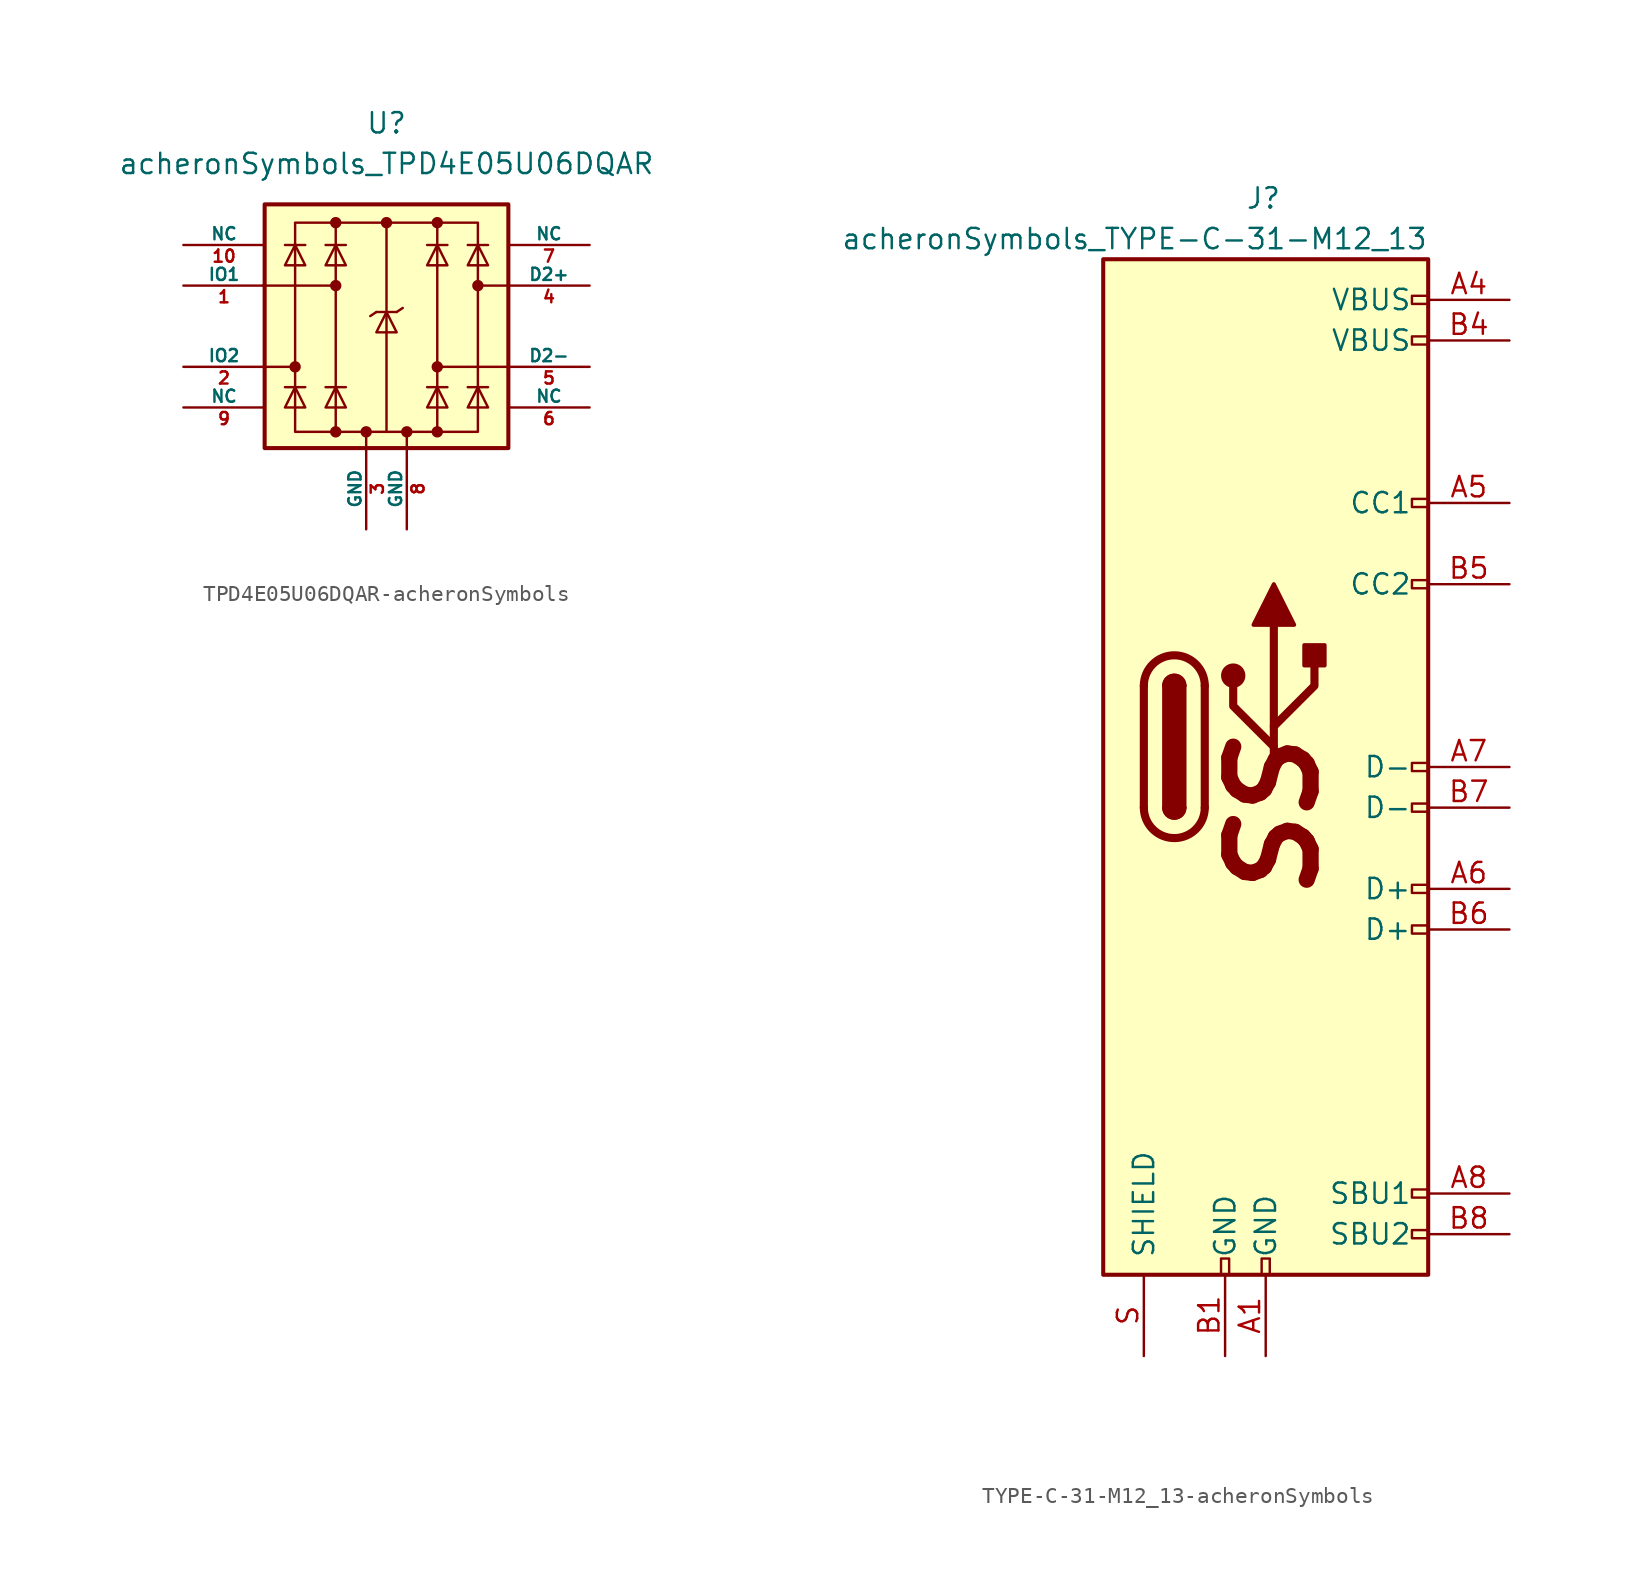
<source format=kicad_sym>
(kicad_symbol_lib
  (version 20240529)
  (generator "kicad_symbol_editor")
  (generator_version "8.99")
  (symbol "TPD4E05U06DQAR-acheronSymbols"
    (pin_names
      (offset 0))
    (property "Reference" "U"
      (at 0 12.7 0)
      (effects (font (size 1.27 1.27))))
    (property "Value" "acheronSymbols_TPD4E05U06DQAR"
      (at 0 10.16 0)
      (effects (font (size 1.27 1.27))))
    (symbol "TPD4E05U06DQAR-acheronSymbols_0_0"
      (rectangle (start -5.715 6.477) (end 5.715 -6.604) (stroke (width 0) (type solid)) (fill (type none)))
      (polyline (pts (xy -3.175 -6.604) (xy -3.175 6.477)) (stroke (width 0) (type solid)) (fill (type none)))
      (polyline (pts (xy 0 6.477) (xy 0 -6.604)) (stroke (width 0) (type solid)) (fill (type none)))
      (polyline (pts (xy 3.175 6.477) (xy 3.175 -6.604)) (stroke (width 0) (type solid)) (fill (type none))))
    (symbol "TPD4E05U06DQAR-acheronSymbols_0_1"
      (polyline (pts (xy -7.747 2.54) (xy -3.175 2.54)) (stroke (width 0) (type solid)) (fill (type none)))
      (rectangle (start -7.62 7.62) (end 7.62 -7.62) (stroke (width 0.254) (type solid)) (fill (type background)))
      (polyline (pts (xy -7.62 -2.54) (xy -5.715 -2.54)) (stroke (width 0) (type solid)) (fill (type none)))
      (circle (center -5.715 -2.54) (radius 0.279) (stroke (width 0) (type solid)) (fill (type outline)))
      (polyline (pts (xy -5.08 5.08) (xy -6.35 5.08)) (stroke (width 0) (type solid)) (fill (type none)))
      (polyline (pts (xy -5.08 3.81) (xy -6.35 3.81) (xy -5.715 5.08) (xy -5.08 3.81)) (stroke (width 0) (type solid)) (fill (type none)))
      (polyline (pts (xy -5.08 -3.81) (xy -6.35 -3.81)) (stroke (width 0) (type solid)) (fill (type none)))
      (polyline (pts (xy -5.08 -5.08) (xy -6.35 -5.08) (xy -5.715 -3.81) (xy -5.08 -5.08)) (stroke (width 0) (type solid)) (fill (type none)))
      (circle (center -3.175 6.477) (radius 0.279) (stroke (width 0) (type solid)) (fill (type outline)))
      (circle (center -3.175 2.54) (radius 0.279) (stroke (width 0) (type solid)) (fill (type outline)))
      (circle (center -3.175 -6.604) (radius 0.279) (stroke (width 0) (type solid)) (fill (type outline)))
      (polyline (pts (xy -2.54 5.08) (xy -3.81 5.08)) (stroke (width 0) (type solid)) (fill (type none)))
      (polyline (pts (xy -2.54 3.81) (xy -3.81 3.81) (xy -3.175 5.08) (xy -2.54 3.81)) (stroke (width 0) (type solid)) (fill (type none)))
      (polyline (pts (xy -2.54 -3.81) (xy -3.81 -3.81)) (stroke (width 0) (type solid)) (fill (type none)))
      (polyline (pts (xy -2.54 -5.08) (xy -3.81 -5.08) (xy -3.175 -3.81) (xy -2.54 -5.08)) (stroke (width 0) (type solid)) (fill (type none)))
      (circle (center -1.27 -6.604) (radius 0.279) (stroke (width 0) (type solid)) (fill (type outline)))
      (polyline (pts (xy -1.27 -6.604) (xy -1.27 -7.62)) (stroke (width 0) (type solid)) (fill (type none)))
      (polyline (pts (xy -0.635 0.889) (xy -1.016 0.635)) (stroke (width 0) (type solid)) (fill (type none)))
      (circle (center 0 6.477) (radius 0.279) (stroke (width 0) (type solid)) (fill (type outline)))
      (polyline (pts (xy 0.635 0.889) (xy -0.635 0.889)) (stroke (width 0) (type solid)) (fill (type none)))
      (polyline (pts (xy 0.635 0.889) (xy 1.016 1.143)) (stroke (width 0) (type solid)) (fill (type none)))
      (polyline (pts (xy 0.635 -0.381) (xy -0.635 -0.381) (xy 0 0.889) (xy 0.635 -0.381)) (stroke (width 0) (type solid)) (fill (type none)))
      (circle (center 3.175 6.477) (radius 0.279) (stroke (width 0) (type solid)) (fill (type outline)))
      (circle (center 3.175 -2.54) (radius 0.279) (stroke (width 0) (type solid)) (fill (type outline)))
      (circle (center 3.175 -6.604) (radius 0.279) (stroke (width 0) (type solid)) (fill (type outline)))
      (polyline (pts (xy 3.81 5.08) (xy 2.54 5.08)) (stroke (width 0) (type solid)) (fill (type none)))
      (polyline (pts (xy 3.81 3.81) (xy 2.54 3.81) (xy 3.175 5.08) (xy 3.81 3.81)) (stroke (width 0) (type solid)) (fill (type none)))
      (polyline (pts (xy 3.81 -3.81) (xy 2.54 -3.81)) (stroke (width 0) (type solid)) (fill (type none)))
      (polyline (pts (xy 3.81 -5.08) (xy 2.54 -5.08) (xy 3.175 -3.81) (xy 3.81 -5.08)) (stroke (width 0) (type solid)) (fill (type none)))
      (circle (center 5.715 2.54) (radius 0.279) (stroke (width 0) (type solid)) (fill (type outline)))
      (polyline (pts (xy 6.35 5.08) (xy 5.08 5.08)) (stroke (width 0) (type solid)) (fill (type none)))
      (polyline (pts (xy 6.35 3.81) (xy 5.08 3.81) (xy 5.715 5.08) (xy 6.35 3.81)) (stroke (width 0) (type solid)) (fill (type none)))
      (polyline (pts (xy 6.35 -3.81) (xy 5.08 -3.81)) (stroke (width 0) (type solid)) (fill (type none)))
      (polyline (pts (xy 6.35 -5.08) (xy 5.08 -5.08) (xy 5.715 -3.81) (xy 6.35 -5.08)) (stroke (width 0) (type solid)) (fill (type none)))
      (polyline (pts (xy 7.62 2.54) (xy 5.715 2.54)) (stroke (width 0) (type solid)) (fill (type none)))
      (polyline (pts (xy 7.62 -2.54) (xy 3.175 -2.54)) (stroke (width 0) (type solid)) (fill (type none))))
    (symbol "TPD4E05U06DQAR-acheronSymbols_1_1"
      (polyline (pts (xy 1.27 -6.604) (xy 1.27 -7.62)) (stroke (width 0) (type solid)) (fill (type none)))
      (circle (center 1.27 -6.604) (radius 0.279) (stroke (width 0) (type solid)) (fill (type outline)))
      (pin bidirectional line (at -12.7 5.08 0) (length 5.08) (name "NC" (effects (font (size 0.762 0.762)))) (number "10" (effects (font (size 0.762 0.762)))))
      (pin bidirectional line (at -12.7 2.54 0) (length 5.08) (name "IO1" (effects (font (size 0.762 0.762)))) (number "1" (effects (font (size 0.762 0.762)))))
      (pin bidirectional line (at -12.7 -2.54 0) (length 5.08) (name "IO2" (effects (font (size 0.762 0.762)))) (number "2" (effects (font (size 0.762 0.762)))))
      (pin bidirectional line (at -12.7 -5.08 0) (length 5.08) (name "NC" (effects (font (size 0.762 0.762)))) (number "9" (effects (font (size 0.762 0.762)))))
      (pin power_in line (at -1.27 -12.7 90) (length 5.08) (name "GND" (effects (font (size 0.762 0.762)))) (number "3" (effects (font (size 0.762 0.762)))))
      (pin power_in line (at 1.27 -12.7 90) (length 5.08) (name "GND" (effects (font (size 0.762 0.762)))) (number "8" (effects (font (size 0.762 0.762)))))
      (pin bidirectional line (at 12.7 5.08 180) (length 5.08) (name "NC" (effects (font (size 0.762 0.762)))) (number "7" (effects (font (size 0.762 0.762)))))
      (pin bidirectional line (at 12.7 2.54 180) (length 5.08) (name "D2+" (effects (font (size 0.762 0.762)))) (number "4" (effects (font (size 0.762 0.762)))))
      (pin bidirectional line (at 12.7 -2.54 180) (length 5.08) (name "D2-" (effects (font (size 0.762 0.762)))) (number "5" (effects (font (size 0.762 0.762)))))
      (pin bidirectional line (at 12.7 -5.08 180) (length 5.08) (name "NC" (effects (font (size 0.762 0.762)))) (number "6" (effects (font (size 0.762 0.762)))))))
  (symbol "TYPE-C-31-M12_13-acheronSymbols"
    (pin_names
      (offset 1.016))
    (property "Reference" "J"
      (at -1.27 35.56 0)
      (effects (font (size 1.27 1.27)) (justify left)))
    (property "Value" "acheronSymbols_TYPE-C-31-M12_13"
      (at 10.16 33.02 0)
      (effects (font (size 1.27 1.27)) (justify right)))
    (symbol "TYPE-C-31-M12_13-acheronSymbols_0_0"
      (rectangle (start -0.254 -31.75) (end 0.254 -30.734) (stroke (width 0) (type solid)) (fill (type none)))
      (rectangle (start 10.16 29.464) (end 9.144 28.956) (stroke (width 0) (type solid)) (fill (type none)))
      (rectangle (start 10.16 16.764) (end 9.144 16.256) (stroke (width 0) (type solid)) (fill (type none)))
      (rectangle (start 10.16 11.684) (end 9.144 11.176) (stroke (width 0) (type solid)) (fill (type none)))
      (rectangle (start 10.16 0.254) (end 9.144 -0.254) (stroke (width 0) (type solid)) (fill (type none)))
      (rectangle (start 10.16 -2.286) (end 9.144 -2.794) (stroke (width 0) (type solid)) (fill (type none)))
      (rectangle (start 10.16 -7.366) (end 9.144 -7.874) (stroke (width 0) (type solid)) (fill (type none)))
      (rectangle (start 10.16 -9.906) (end 9.144 -10.414) (stroke (width 0) (type solid)) (fill (type none)))
      (rectangle (start 10.16 -26.416) (end 9.144 -26.924) (stroke (width 0) (type solid)) (fill (type none)))
      (rectangle (start 10.16 -28.956) (end 9.144 -29.464) (stroke (width 0) (type solid)) (fill (type none)))
      (text "SS" (at 0.508 -3.175 900) (effects (font (size 5.08 5.08) (bold yes) (italic yes)))))
    (symbol "TYPE-C-31-M12_13-acheronSymbols_0_1"
      (rectangle (start -10.16 31.75) (end 10.16 -31.75) (stroke (width 0.254) (type solid)) (fill (type background)))
      (polyline (pts (xy -7.62 -2.54) (xy -7.62 5.08)) (stroke (width 0.508) (type solid)) (fill (type none)))
      (rectangle (start -6.35 -2.54) (end -5.08 5.08) (stroke (width 0.254) (type solid)) (fill (type outline)))
      (arc (start -6.35 5.08) (mid -5.715 5.715) (end -5.08 5.08) (stroke (width 0.254) (type solid)) (fill (type none)))
      (arc (start -7.62 5.08) (mid -5.715 6.985) (end -3.81 5.08) (stroke (width 0.508) (type solid)) (fill (type none)))
      (arc (start -6.35 5.08) (mid -5.715 5.715) (end -5.08 5.08) (stroke (width 0.254) (type solid)) (fill (type outline)))
      (arc (start -5.08 -2.54) (mid -5.715 -3.175) (end -6.35 -2.54) (stroke (width 0.254) (type solid)) (fill (type none)))
      (arc (start -3.81 -2.54) (mid -5.715 -4.445) (end -7.62 -2.54) (stroke (width 0.508) (type solid)) (fill (type none)))
      (arc (start -5.08 -2.54) (mid -5.715 -3.175) (end -6.35 -2.54) (stroke (width 0.254) (type solid)) (fill (type outline)))
      (polyline (pts (xy -3.81 5.08) (xy -3.81 -2.54)) (stroke (width 0.508) (type solid)) (fill (type none)))
      (circle (center -2.032 5.715) (radius 0.635) (stroke (width 0.254) (type solid)) (fill (type outline)))
      (polyline (pts (xy -0.762 8.89) (xy 0.508 11.43) (xy 1.778 8.89) (xy -0.762 8.89)) (stroke (width 0.254) (type solid)) (fill (type outline)))
      (polyline (pts (xy 0.508 2.54) (xy 3.048 5.08) (xy 3.048 6.35)) (stroke (width 0.508) (type solid)) (fill (type none)))
      (polyline (pts (xy 0.508 1.27) (xy -2.032 3.81) (xy -2.032 5.08)) (stroke (width 0.508) (type solid)) (fill (type none)))
      (polyline (pts (xy 0.508 0) (xy 0.508 8.89)) (stroke (width 0.508) (type solid)) (fill (type none)))
      (rectangle (start 2.413 6.35) (end 3.683 7.62) (stroke (width 0.254) (type solid)) (fill (type outline))))
    (symbol "TYPE-C-31-M12_13-acheronSymbols_1_1"
      (rectangle (start -2.794 -31.75) (end -2.286 -30.734) (stroke (width 0) (type solid)) (fill (type none)))
      (rectangle (start 10.16 26.924) (end 9.144 26.416) (stroke (width 0) (type solid)) (fill (type none)))
      (pin passive line (at -7.62 -36.83 90) (length 5.08) (name "SHIELD" (effects (font (size 1.27 1.27)))) (number "S" (effects (font (size 1.27 1.27)))))
      (pin power_out line (at -2.54 -36.83 90) (length 5.08) (name "GND" (effects (font (size 1.27 1.27)))) (number "B1" (effects (font (size 1.27 1.27)))))
      (pin power_out line (at 0 -36.83 90) (length 5.08) (name "GND" (effects (font (size 1.27 1.27)))) (number "A1" (effects (font (size 1.27 1.27)))))
      (pin power_out line (at 15.24 29.21 180) (length 5.08) (name "VBUS" (effects (font (size 1.27 1.27)))) (number "A4" (effects (font (size 1.27 1.27)))))
      (pin power_out line (at 15.24 26.67 180) (length 5.08) (name "VBUS" (effects (font (size 1.27 1.27)))) (number "B4" (effects (font (size 1.27 1.27)))))
      (pin bidirectional line (at 15.24 16.51 180) (length 5.08) (name "CC1" (effects (font (size 1.27 1.27)))) (number "A5" (effects (font (size 1.27 1.27)))))
      (pin bidirectional line (at 15.24 11.43 180) (length 5.08) (name "CC2" (effects (font (size 1.27 1.27)))) (number "B5" (effects (font (size 1.27 1.27)))))
      (pin bidirectional line (at 15.24 0 180) (length 5.08) (name "D-" (effects (font (size 1.27 1.27)))) (number "A7" (effects (font (size 1.27 1.27)))))
      (pin bidirectional line (at 15.24 -2.54 180) (length 5.08) (name "D-" (effects (font (size 1.27 1.27)))) (number "B7" (effects (font (size 1.27 1.27)))))
      (pin bidirectional line (at 15.24 -7.62 180) (length 5.08) (name "D+" (effects (font (size 1.27 1.27)))) (number "A6" (effects (font (size 1.27 1.27)))))
      (pin bidirectional line (at 15.24 -10.16 180) (length 5.08) (name "D+" (effects (font (size 1.27 1.27)))) (number "B6" (effects (font (size 1.27 1.27)))))
      (pin bidirectional line (at 15.24 -26.67 180) (length 5.08) (name "SBU1" (effects (font (size 1.27 1.27)))) (number "A8" (effects (font (size 1.27 1.27)))))
      (pin bidirectional line (at 15.24 -29.21 180) (length 5.08) (name "SBU2" (effects (font (size 1.27 1.27)))) (number "B8" (effects (font (size 1.27 1.27))))))))
</source>
